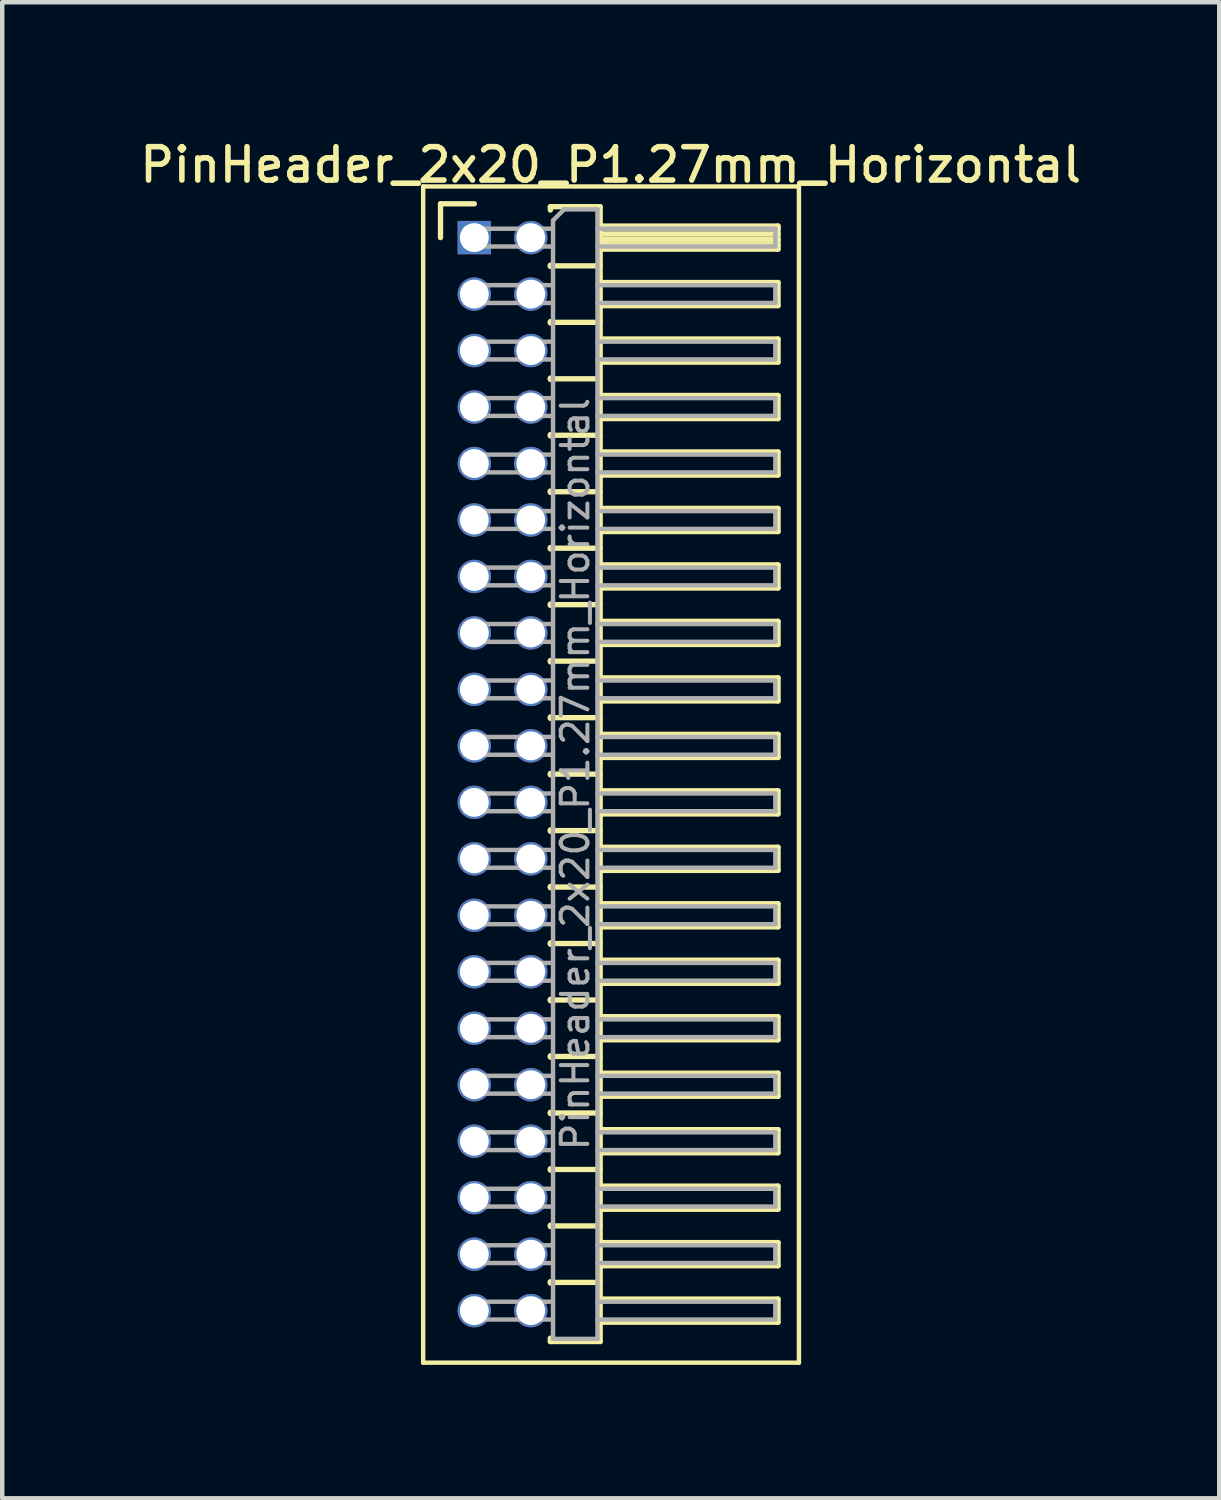
<source format=kicad_pcb>
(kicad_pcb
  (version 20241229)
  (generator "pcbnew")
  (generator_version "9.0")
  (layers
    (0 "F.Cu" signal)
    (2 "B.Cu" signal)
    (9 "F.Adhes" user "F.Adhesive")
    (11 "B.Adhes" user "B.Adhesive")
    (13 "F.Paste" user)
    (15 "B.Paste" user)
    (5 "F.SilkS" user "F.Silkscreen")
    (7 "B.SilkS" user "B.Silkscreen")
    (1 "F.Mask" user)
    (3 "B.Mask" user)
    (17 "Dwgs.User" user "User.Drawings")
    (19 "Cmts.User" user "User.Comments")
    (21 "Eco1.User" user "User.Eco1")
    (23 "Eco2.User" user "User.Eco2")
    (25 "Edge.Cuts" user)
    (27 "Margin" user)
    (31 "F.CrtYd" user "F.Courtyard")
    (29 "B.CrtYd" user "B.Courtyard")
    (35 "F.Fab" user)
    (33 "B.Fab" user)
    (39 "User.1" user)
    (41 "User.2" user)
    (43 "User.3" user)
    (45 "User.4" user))
  (footprint "PinHeader_2x20_P1.27mm_Horizontal"
    (layer "F.Cu")
    (at 7.616 2.293)
    (property "Reference" "PinHeader_2x20_P1.27mm_Horizontal" (at 3.067 -1.635 0) (layer "F.SilkS") (effects (font (size 0.75 0.75) (thickness 0.125))))
    (attr through_hole)
    (fp_line (start -1.15 -1.15) (end -1.15 25.3) (stroke (width 0.1) (type solid)) (layer "F.SilkS"))
    (fp_line (start -1.15 25.3) (end 7.3 25.3) (stroke (width 0.1) (type solid)) (layer "F.SilkS"))
    (fp_line (start -0.76 -0.76) (end 0 -0.76) (stroke (width 0.12) (type solid)) (layer "F.SilkS"))
    (fp_line (start -0.76 0) (end -0.76 -0.76) (stroke (width 0.12) (type solid)) (layer "F.SilkS"))
    (fp_line (start 1.71 -0.695) (end 2.83 -0.695) (stroke (width 0.12) (type solid)) (layer "F.SilkS"))
    (fp_line (start 1.71 -0.62) (end 1.71 -0.695) (stroke (width 0.12) (type solid)) (layer "F.SilkS"))
    (fp_line (start 1.71 0.62) (end 1.71 0.65) (stroke (width 0.12) (type solid)) (layer "F.SilkS"))
    (fp_line (start 1.71 0.635) (end 2.83 0.635) (stroke (width 0.12) (type solid)) (layer "F.SilkS"))
    (fp_line (start 1.71 1.89) (end 1.71 1.92) (stroke (width 0.12) (type solid)) (layer "F.SilkS"))
    (fp_line (start 1.71 1.905) (end 2.83 1.905) (stroke (width 0.12) (type solid)) (layer "F.SilkS"))
    (fp_line (start 1.71 3.16) (end 1.71 3.19) (stroke (width 0.12) (type solid)) (layer "F.SilkS"))
    (fp_line (start 1.71 3.175) (end 2.83 3.175) (stroke (width 0.12) (type solid)) (layer "F.SilkS"))
    (fp_line (start 1.71 4.43) (end 1.71 4.46) (stroke (width 0.12) (type solid)) (layer "F.SilkS"))
    (fp_line (start 1.71 4.445) (end 2.83 4.445) (stroke (width 0.12) (type solid)) (layer "F.SilkS"))
    (fp_line (start 1.71 5.7) (end 1.71 5.73) (stroke (width 0.12) (type solid)) (layer "F.SilkS"))
    (fp_line (start 1.71 5.715) (end 2.83 5.715) (stroke (width 0.12) (type solid)) (layer "F.SilkS"))
    (fp_line (start 1.71 6.97) (end 1.71 7) (stroke (width 0.12) (type solid)) (layer "F.SilkS"))
    (fp_line (start 1.71 6.985) (end 2.83 6.985) (stroke (width 0.12) (type solid)) (layer "F.SilkS"))
    (fp_line (start 1.71 8.24) (end 1.71 8.27) (stroke (width 0.12) (type solid)) (layer "F.SilkS"))
    (fp_line (start 1.71 8.255) (end 2.83 8.255) (stroke (width 0.12) (type solid)) (layer "F.SilkS"))
    (fp_line (start 1.71 9.51) (end 1.71 9.54) (stroke (width 0.12) (type solid)) (layer "F.SilkS"))
    (fp_line (start 1.71 9.525) (end 2.83 9.525) (stroke (width 0.12) (type solid)) (layer "F.SilkS"))
    (fp_line (start 1.71 10.78) (end 1.71 10.81) (stroke (width 0.12) (type solid)) (layer "F.SilkS"))
    (fp_line (start 1.71 10.795) (end 2.83 10.795) (stroke (width 0.12) (type solid)) (layer "F.SilkS"))
    (fp_line (start 1.71 12.05) (end 1.71 12.08) (stroke (width 0.12) (type solid)) (layer "F.SilkS"))
    (fp_line (start 1.71 12.065) (end 2.83 12.065) (stroke (width 0.12) (type solid)) (layer "F.SilkS"))
    (fp_line (start 1.71 13.32) (end 1.71 13.35) (stroke (width 0.12) (type solid)) (layer "F.SilkS"))
    (fp_line (start 1.71 13.335) (end 2.83 13.335) (stroke (width 0.12) (type solid)) (layer "F.SilkS"))
    (fp_line (start 1.71 14.59) (end 1.71 14.62) (stroke (width 0.12) (type solid)) (layer "F.SilkS"))
    (fp_line (start 1.71 14.605) (end 2.83 14.605) (stroke (width 0.12) (type solid)) (layer "F.SilkS"))
    (fp_line (start 1.71 15.86) (end 1.71 15.89) (stroke (width 0.12) (type solid)) (layer "F.SilkS"))
    (fp_line (start 1.71 15.875) (end 2.83 15.875) (stroke (width 0.12) (type solid)) (layer "F.SilkS"))
    (fp_line (start 1.71 17.13) (end 1.71 17.16) (stroke (width 0.12) (type solid)) (layer "F.SilkS"))
    (fp_line (start 1.71 17.145) (end 2.83 17.145) (stroke (width 0.12) (type solid)) (layer "F.SilkS"))
    (fp_line (start 1.71 18.4) (end 1.71 18.43) (stroke (width 0.12) (type solid)) (layer "F.SilkS"))
    (fp_line (start 1.71 18.415) (end 2.83 18.415) (stroke (width 0.12) (type solid)) (layer "F.SilkS"))
    (fp_line (start 1.71 19.67) (end 1.71 19.7) (stroke (width 0.12) (type solid)) (layer "F.SilkS"))
    (fp_line (start 1.71 19.685) (end 2.83 19.685) (stroke (width 0.12) (type solid)) (layer "F.SilkS"))
    (fp_line (start 1.71 20.94) (end 1.71 20.97) (stroke (width 0.12) (type solid)) (layer "F.SilkS"))
    (fp_line (start 1.71 20.955) (end 2.83 20.955) (stroke (width 0.12) (type solid)) (layer "F.SilkS"))
    (fp_line (start 1.71 22.21) (end 1.71 22.24) (stroke (width 0.12) (type solid)) (layer "F.SilkS"))
    (fp_line (start 1.71 22.225) (end 2.83 22.225) (stroke (width 0.12) (type solid)) (layer "F.SilkS"))
    (fp_line (start 1.71 23.48) (end 1.71 23.51) (stroke (width 0.12) (type solid)) (layer "F.SilkS"))
    (fp_line (start 1.71 23.495) (end 2.83 23.495) (stroke (width 0.12) (type solid)) (layer "F.SilkS"))
    (fp_line (start 1.71 24.825) (end 1.71 24.75) (stroke (width 0.12) (type solid)) (layer "F.SilkS"))
    (fp_line (start 2.83 -0.695) (end 2.83 24.825) (stroke (width 0.12) (type solid)) (layer "F.SilkS"))
    (fp_line (start 2.83 -0.26) (end 6.83 -0.26) (stroke (width 0.12) (type solid)) (layer "F.SilkS"))
    (fp_line (start 2.83 -0.2) (end 6.83 -0.2) (stroke (width 0.12) (type solid)) (layer "F.SilkS"))
    (fp_line (start 2.83 -0.08) (end 6.83 -0.08) (stroke (width 0.12) (type solid)) (layer "F.SilkS"))
    (fp_line (start 2.83 0.04) (end 6.83 0.04) (stroke (width 0.12) (type solid)) (layer "F.SilkS"))
    (fp_line (start 2.83 0.16) (end 6.83 0.16) (stroke (width 0.12) (type solid)) (layer "F.SilkS"))
    (fp_line (start 2.83 1.01) (end 6.83 1.01) (stroke (width 0.12) (type solid)) (layer "F.SilkS"))
    (fp_line (start 2.83 2.28) (end 6.83 2.28) (stroke (width 0.12) (type solid)) (layer "F.SilkS"))
    (fp_line (start 2.83 3.55) (end 6.83 3.55) (stroke (width 0.12) (type solid)) (layer "F.SilkS"))
    (fp_line (start 2.83 4.82) (end 6.83 4.82) (stroke (width 0.12) (type solid)) (layer "F.SilkS"))
    (fp_line (start 2.83 6.09) (end 6.83 6.09) (stroke (width 0.12) (type solid)) (layer "F.SilkS"))
    (fp_line (start 2.83 7.36) (end 6.83 7.36) (stroke (width 0.12) (type solid)) (layer "F.SilkS"))
    (fp_line (start 2.83 8.63) (end 6.83 8.63) (stroke (width 0.12) (type solid)) (layer "F.SilkS"))
    (fp_line (start 2.83 9.9) (end 6.83 9.9) (stroke (width 0.12) (type solid)) (layer "F.SilkS"))
    (fp_line (start 2.83 11.17) (end 6.83 11.17) (stroke (width 0.12) (type solid)) (layer "F.SilkS"))
    (fp_line (start 2.83 12.44) (end 6.83 12.44) (stroke (width 0.12) (type solid)) (layer "F.SilkS"))
    (fp_line (start 2.83 13.71) (end 6.83 13.71) (stroke (width 0.12) (type solid)) (layer "F.SilkS"))
    (fp_line (start 2.83 14.98) (end 6.83 14.98) (stroke (width 0.12) (type solid)) (layer "F.SilkS"))
    (fp_line (start 2.83 16.25) (end 6.83 16.25) (stroke (width 0.12) (type solid)) (layer "F.SilkS"))
    (fp_line (start 2.83 17.52) (end 6.83 17.52) (stroke (width 0.12) (type solid)) (layer "F.SilkS"))
    (fp_line (start 2.83 18.79) (end 6.83 18.79) (stroke (width 0.12) (type solid)) (layer "F.SilkS"))
    (fp_line (start 2.83 20.06) (end 6.83 20.06) (stroke (width 0.12) (type solid)) (layer "F.SilkS"))
    (fp_line (start 2.83 21.33) (end 6.83 21.33) (stroke (width 0.12) (type solid)) (layer "F.SilkS"))
    (fp_line (start 2.83 22.6) (end 6.83 22.6) (stroke (width 0.12) (type solid)) (layer "F.SilkS"))
    (fp_line (start 2.83 23.87) (end 6.83 23.87) (stroke (width 0.12) (type solid)) (layer "F.SilkS"))
    (fp_line (start 2.83 24.825) (end 1.71 24.825) (stroke (width 0.12) (type solid)) (layer "F.SilkS"))
    (fp_line (start 6.83 -0.26) (end 6.83 0.26) (stroke (width 0.12) (type solid)) (layer "F.SilkS"))
    (fp_line (start 6.83 0.26) (end 2.83 0.26) (stroke (width 0.12) (type solid)) (layer "F.SilkS"))
    (fp_line (start 6.83 1.01) (end 6.83 1.53) (stroke (width 0.12) (type solid)) (layer "F.SilkS"))
    (fp_line (start 6.83 1.53) (end 2.83 1.53) (stroke (width 0.12) (type solid)) (layer "F.SilkS"))
    (fp_line (start 6.83 2.28) (end 6.83 2.8) (stroke (width 0.12) (type solid)) (layer "F.SilkS"))
    (fp_line (start 6.83 2.8) (end 2.83 2.8) (stroke (width 0.12) (type solid)) (layer "F.SilkS"))
    (fp_line (start 6.83 3.55) (end 6.83 4.07) (stroke (width 0.12) (type solid)) (layer "F.SilkS"))
    (fp_line (start 6.83 4.07) (end 2.83 4.07) (stroke (width 0.12) (type solid)) (layer "F.SilkS"))
    (fp_line (start 6.83 4.82) (end 6.83 5.34) (stroke (width 0.12) (type solid)) (layer "F.SilkS"))
    (fp_line (start 6.83 5.34) (end 2.83 5.34) (stroke (width 0.12) (type solid)) (layer "F.SilkS"))
    (fp_line (start 6.83 6.09) (end 6.83 6.61) (stroke (width 0.12) (type solid)) (layer "F.SilkS"))
    (fp_line (start 6.83 6.61) (end 2.83 6.61) (stroke (width 0.12) (type solid)) (layer "F.SilkS"))
    (fp_line (start 6.83 7.36) (end 6.83 7.88) (stroke (width 0.12) (type solid)) (layer "F.SilkS"))
    (fp_line (start 6.83 7.88) (end 2.83 7.88) (stroke (width 0.12) (type solid)) (layer "F.SilkS"))
    (fp_line (start 6.83 8.63) (end 6.83 9.15) (stroke (width 0.12) (type solid)) (layer "F.SilkS"))
    (fp_line (start 6.83 9.15) (end 2.83 9.15) (stroke (width 0.12) (type solid)) (layer "F.SilkS"))
    (fp_line (start 6.83 9.9) (end 6.83 10.42) (stroke (width 0.12) (type solid)) (layer "F.SilkS"))
    (fp_line (start 6.83 10.42) (end 2.83 10.42) (stroke (width 0.12) (type solid)) (layer "F.SilkS"))
    (fp_line (start 6.83 11.17) (end 6.83 11.69) (stroke (width 0.12) (type solid)) (layer "F.SilkS"))
    (fp_line (start 6.83 11.69) (end 2.83 11.69) (stroke (width 0.12) (type solid)) (layer "F.SilkS"))
    (fp_line (start 6.83 12.44) (end 6.83 12.96) (stroke (width 0.12) (type solid)) (layer "F.SilkS"))
    (fp_line (start 6.83 12.96) (end 2.83 12.96) (stroke (width 0.12) (type solid)) (layer "F.SilkS"))
    (fp_line (start 6.83 13.71) (end 6.83 14.23) (stroke (width 0.12) (type solid)) (layer "F.SilkS"))
    (fp_line (start 6.83 14.23) (end 2.83 14.23) (stroke (width 0.12) (type solid)) (layer "F.SilkS"))
    (fp_line (start 6.83 14.98) (end 6.83 15.5) (stroke (width 0.12) (type solid)) (layer "F.SilkS"))
    (fp_line (start 6.83 15.5) (end 2.83 15.5) (stroke (width 0.12) (type solid)) (layer "F.SilkS"))
    (fp_line (start 6.83 16.25) (end 6.83 16.77) (stroke (width 0.12) (type solid)) (layer "F.SilkS"))
    (fp_line (start 6.83 16.77) (end 2.83 16.77) (stroke (width 0.12) (type solid)) (layer "F.SilkS"))
    (fp_line (start 6.83 17.52) (end 6.83 18.04) (stroke (width 0.12) (type solid)) (layer "F.SilkS"))
    (fp_line (start 6.83 18.04) (end 2.83 18.04) (stroke (width 0.12) (type solid)) (layer "F.SilkS"))
    (fp_line (start 6.83 18.79) (end 6.83 19.31) (stroke (width 0.12) (type solid)) (layer "F.SilkS"))
    (fp_line (start 6.83 19.31) (end 2.83 19.31) (stroke (width 0.12) (type solid)) (layer "F.SilkS"))
    (fp_line (start 6.83 20.06) (end 6.83 20.58) (stroke (width 0.12) (type solid)) (layer "F.SilkS"))
    (fp_line (start 6.83 20.58) (end 2.83 20.58) (stroke (width 0.12) (type solid)) (layer "F.SilkS"))
    (fp_line (start 6.83 21.33) (end 6.83 21.85) (stroke (width 0.12) (type solid)) (layer "F.SilkS"))
    (fp_line (start 6.83 21.85) (end 2.83 21.85) (stroke (width 0.12) (type solid)) (layer "F.SilkS"))
    (fp_line (start 6.83 22.6) (end 6.83 23.12) (stroke (width 0.12) (type solid)) (layer "F.SilkS"))
    (fp_line (start 6.83 23.12) (end 2.83 23.12) (stroke (width 0.12) (type solid)) (layer "F.SilkS"))
    (fp_line (start 6.83 23.87) (end 6.83 24.39) (stroke (width 0.12) (type solid)) (layer "F.SilkS"))
    (fp_line (start 6.83 24.39) (end 2.83 24.39) (stroke (width 0.12) (type solid)) (layer "F.SilkS"))
    (fp_line (start 7.3 -1.15) (end -1.15 -1.15) (stroke (width 0.1) (type solid)) (layer "F.SilkS"))
    (fp_line (start 7.3 25.3) (end 7.3 -1.15) (stroke (width 0.1) (type solid)) (layer "F.SilkS"))
    (fp_line (start -0.2 -0.2) (end -0.2 0.2) (stroke (width 0.1) (type solid)) (layer "F.Fab"))
    (fp_line (start -0.2 -0.2) (end 1.77 -0.2) (stroke (width 0.1) (type solid)) (layer "F.Fab"))
    (fp_line (start -0.2 0.2) (end 1.77 0.2) (stroke (width 0.1) (type solid)) (layer "F.Fab"))
    (fp_line (start -0.2 1.07) (end -0.2 1.47) (stroke (width 0.1) (type solid)) (layer "F.Fab"))
    (fp_line (start -0.2 1.07) (end 1.77 1.07) (stroke (width 0.1) (type solid)) (layer "F.Fab"))
    (fp_line (start -0.2 1.47) (end 1.77 1.47) (stroke (width 0.1) (type solid)) (layer "F.Fab"))
    (fp_line (start -0.2 2.34) (end -0.2 2.74) (stroke (width 0.1) (type solid)) (layer "F.Fab"))
    (fp_line (start -0.2 2.34) (end 1.77 2.34) (stroke (width 0.1) (type solid)) (layer "F.Fab"))
    (fp_line (start -0.2 2.74) (end 1.77 2.74) (stroke (width 0.1) (type solid)) (layer "F.Fab"))
    (fp_line (start -0.2 3.61) (end -0.2 4.01) (stroke (width 0.1) (type solid)) (layer "F.Fab"))
    (fp_line (start -0.2 3.61) (end 1.77 3.61) (stroke (width 0.1) (type solid)) (layer "F.Fab"))
    (fp_line (start -0.2 4.01) (end 1.77 4.01) (stroke (width 0.1) (type solid)) (layer "F.Fab"))
    (fp_line (start -0.2 4.88) (end -0.2 5.28) (stroke (width 0.1) (type solid)) (layer "F.Fab"))
    (fp_line (start -0.2 4.88) (end 1.77 4.88) (stroke (width 0.1) (type solid)) (layer "F.Fab"))
    (fp_line (start -0.2 5.28) (end 1.77 5.28) (stroke (width 0.1) (type solid)) (layer "F.Fab"))
    (fp_line (start -0.2 6.15) (end -0.2 6.55) (stroke (width 0.1) (type solid)) (layer "F.Fab"))
    (fp_line (start -0.2 6.15) (end 1.77 6.15) (stroke (width 0.1) (type solid)) (layer "F.Fab"))
    (fp_line (start -0.2 6.55) (end 1.77 6.55) (stroke (width 0.1) (type solid)) (layer "F.Fab"))
    (fp_line (start -0.2 7.42) (end -0.2 7.82) (stroke (width 0.1) (type solid)) (layer "F.Fab"))
    (fp_line (start -0.2 7.42) (end 1.77 7.42) (stroke (width 0.1) (type solid)) (layer "F.Fab"))
    (fp_line (start -0.2 7.82) (end 1.77 7.82) (stroke (width 0.1) (type solid)) (layer "F.Fab"))
    (fp_line (start -0.2 8.69) (end -0.2 9.09) (stroke (width 0.1) (type solid)) (layer "F.Fab"))
    (fp_line (start -0.2 8.69) (end 1.77 8.69) (stroke (width 0.1) (type solid)) (layer "F.Fab"))
    (fp_line (start -0.2 9.09) (end 1.77 9.09) (stroke (width 0.1) (type solid)) (layer "F.Fab"))
    (fp_line (start -0.2 9.96) (end -0.2 10.36) (stroke (width 0.1) (type solid)) (layer "F.Fab"))
    (fp_line (start -0.2 9.96) (end 1.77 9.96) (stroke (width 0.1) (type solid)) (layer "F.Fab"))
    (fp_line (start -0.2 10.36) (end 1.77 10.36) (stroke (width 0.1) (type solid)) (layer "F.Fab"))
    (fp_line (start -0.2 11.23) (end -0.2 11.63) (stroke (width 0.1) (type solid)) (layer "F.Fab"))
    (fp_line (start -0.2 11.23) (end 1.77 11.23) (stroke (width 0.1) (type solid)) (layer "F.Fab"))
    (fp_line (start -0.2 11.63) (end 1.77 11.63) (stroke (width 0.1) (type solid)) (layer "F.Fab"))
    (fp_line (start -0.2 12.5) (end -0.2 12.9) (stroke (width 0.1) (type solid)) (layer "F.Fab"))
    (fp_line (start -0.2 12.5) (end 1.77 12.5) (stroke (width 0.1) (type solid)) (layer "F.Fab"))
    (fp_line (start -0.2 12.9) (end 1.77 12.9) (stroke (width 0.1) (type solid)) (layer "F.Fab"))
    (fp_line (start -0.2 13.77) (end -0.2 14.17) (stroke (width 0.1) (type solid)) (layer "F.Fab"))
    (fp_line (start -0.2 13.77) (end 1.77 13.77) (stroke (width 0.1) (type solid)) (layer "F.Fab"))
    (fp_line (start -0.2 14.17) (end 1.77 14.17) (stroke (width 0.1) (type solid)) (layer "F.Fab"))
    (fp_line (start -0.2 15.04) (end -0.2 15.44) (stroke (width 0.1) (type solid)) (layer "F.Fab"))
    (fp_line (start -0.2 15.04) (end 1.77 15.04) (stroke (width 0.1) (type solid)) (layer "F.Fab"))
    (fp_line (start -0.2 15.44) (end 1.77 15.44) (stroke (width 0.1) (type solid)) (layer "F.Fab"))
    (fp_line (start -0.2 16.31) (end -0.2 16.71) (stroke (width 0.1) (type solid)) (layer "F.Fab"))
    (fp_line (start -0.2 16.31) (end 1.77 16.31) (stroke (width 0.1) (type solid)) (layer "F.Fab"))
    (fp_line (start -0.2 16.71) (end 1.77 16.71) (stroke (width 0.1) (type solid)) (layer "F.Fab"))
    (fp_line (start -0.2 17.58) (end -0.2 17.98) (stroke (width 0.1) (type solid)) (layer "F.Fab"))
    (fp_line (start -0.2 17.58) (end 1.77 17.58) (stroke (width 0.1) (type solid)) (layer "F.Fab"))
    (fp_line (start -0.2 17.98) (end 1.77 17.98) (stroke (width 0.1) (type solid)) (layer "F.Fab"))
    (fp_line (start -0.2 18.85) (end -0.2 19.25) (stroke (width 0.1) (type solid)) (layer "F.Fab"))
    (fp_line (start -0.2 18.85) (end 1.77 18.85) (stroke (width 0.1) (type solid)) (layer "F.Fab"))
    (fp_line (start -0.2 19.25) (end 1.77 19.25) (stroke (width 0.1) (type solid)) (layer "F.Fab"))
    (fp_line (start -0.2 20.12) (end -0.2 20.52) (stroke (width 0.1) (type solid)) (layer "F.Fab"))
    (fp_line (start -0.2 20.12) (end 1.77 20.12) (stroke (width 0.1) (type solid)) (layer "F.Fab"))
    (fp_line (start -0.2 20.52) (end 1.77 20.52) (stroke (width 0.1) (type solid)) (layer "F.Fab"))
    (fp_line (start -0.2 21.39) (end -0.2 21.79) (stroke (width 0.1) (type solid)) (layer "F.Fab"))
    (fp_line (start -0.2 21.39) (end 1.77 21.39) (stroke (width 0.1) (type solid)) (layer "F.Fab"))
    (fp_line (start -0.2 21.79) (end 1.77 21.79) (stroke (width 0.1) (type solid)) (layer "F.Fab"))
    (fp_line (start -0.2 22.66) (end -0.2 23.06) (stroke (width 0.1) (type solid)) (layer "F.Fab"))
    (fp_line (start -0.2 22.66) (end 1.77 22.66) (stroke (width 0.1) (type solid)) (layer "F.Fab"))
    (fp_line (start -0.2 23.06) (end 1.77 23.06) (stroke (width 0.1) (type solid)) (layer "F.Fab"))
    (fp_line (start -0.2 23.93) (end -0.2 24.33) (stroke (width 0.1) (type solid)) (layer "F.Fab"))
    (fp_line (start -0.2 23.93) (end 1.77 23.93) (stroke (width 0.1) (type solid)) (layer "F.Fab"))
    (fp_line (start -0.2 24.33) (end 1.77 24.33) (stroke (width 0.1) (type solid)) (layer "F.Fab"))
    (fp_line (start 1.77 -0.385) (end 2.02 -0.635) (stroke (width 0.1) (type solid)) (layer "F.Fab"))
    (fp_line (start 1.77 24.765) (end 1.77 -0.385) (stroke (width 0.1) (type solid)) (layer "F.Fab"))
    (fp_line (start 2.02 -0.635) (end 2.77 -0.635) (stroke (width 0.1) (type solid)) (layer "F.Fab"))
    (fp_line (start 2.77 -0.635) (end 2.77 24.765) (stroke (width 0.1) (type solid)) (layer "F.Fab"))
    (fp_line (start 2.77 -0.2) (end 6.77 -0.2) (stroke (width 0.1) (type solid)) (layer "F.Fab"))
    (fp_line (start 2.77 0.2) (end 6.77 0.2) (stroke (width 0.1) (type solid)) (layer "F.Fab"))
    (fp_line (start 2.77 1.07) (end 6.77 1.07) (stroke (width 0.1) (type solid)) (layer "F.Fab"))
    (fp_line (start 2.77 1.47) (end 6.77 1.47) (stroke (width 0.1) (type solid)) (layer "F.Fab"))
    (fp_line (start 2.77 2.34) (end 6.77 2.34) (stroke (width 0.1) (type solid)) (layer "F.Fab"))
    (fp_line (start 2.77 2.74) (end 6.77 2.74) (stroke (width 0.1) (type solid)) (layer "F.Fab"))
    (fp_line (start 2.77 3.61) (end 6.77 3.61) (stroke (width 0.1) (type solid)) (layer "F.Fab"))
    (fp_line (start 2.77 4.01) (end 6.77 4.01) (stroke (width 0.1) (type solid)) (layer "F.Fab"))
    (fp_line (start 2.77 4.88) (end 6.77 4.88) (stroke (width 0.1) (type solid)) (layer "F.Fab"))
    (fp_line (start 2.77 5.28) (end 6.77 5.28) (stroke (width 0.1) (type solid)) (layer "F.Fab"))
    (fp_line (start 2.77 6.15) (end 6.77 6.15) (stroke (width 0.1) (type solid)) (layer "F.Fab"))
    (fp_line (start 2.77 6.55) (end 6.77 6.55) (stroke (width 0.1) (type solid)) (layer "F.Fab"))
    (fp_line (start 2.77 7.42) (end 6.77 7.42) (stroke (width 0.1) (type solid)) (layer "F.Fab"))
    (fp_line (start 2.77 7.82) (end 6.77 7.82) (stroke (width 0.1) (type solid)) (layer "F.Fab"))
    (fp_line (start 2.77 8.69) (end 6.77 8.69) (stroke (width 0.1) (type solid)) (layer "F.Fab"))
    (fp_line (start 2.77 9.09) (end 6.77 9.09) (stroke (width 0.1) (type solid)) (layer "F.Fab"))
    (fp_line (start 2.77 9.96) (end 6.77 9.96) (stroke (width 0.1) (type solid)) (layer "F.Fab"))
    (fp_line (start 2.77 10.36) (end 6.77 10.36) (stroke (width 0.1) (type solid)) (layer "F.Fab"))
    (fp_line (start 2.77 11.23) (end 6.77 11.23) (stroke (width 0.1) (type solid)) (layer "F.Fab"))
    (fp_line (start 2.77 11.63) (end 6.77 11.63) (stroke (width 0.1) (type solid)) (layer "F.Fab"))
    (fp_line (start 2.77 12.5) (end 6.77 12.5) (stroke (width 0.1) (type solid)) (layer "F.Fab"))
    (fp_line (start 2.77 12.9) (end 6.77 12.9) (stroke (width 0.1) (type solid)) (layer "F.Fab"))
    (fp_line (start 2.77 13.77) (end 6.77 13.77) (stroke (width 0.1) (type solid)) (layer "F.Fab"))
    (fp_line (start 2.77 14.17) (end 6.77 14.17) (stroke (width 0.1) (type solid)) (layer "F.Fab"))
    (fp_line (start 2.77 15.04) (end 6.77 15.04) (stroke (width 0.1) (type solid)) (layer "F.Fab"))
    (fp_line (start 2.77 15.44) (end 6.77 15.44) (stroke (width 0.1) (type solid)) (layer "F.Fab"))
    (fp_line (start 2.77 16.31) (end 6.77 16.31) (stroke (width 0.1) (type solid)) (layer "F.Fab"))
    (fp_line (start 2.77 16.71) (end 6.77 16.71) (stroke (width 0.1) (type solid)) (layer "F.Fab"))
    (fp_line (start 2.77 17.58) (end 6.77 17.58) (stroke (width 0.1) (type solid)) (layer "F.Fab"))
    (fp_line (start 2.77 17.98) (end 6.77 17.98) (stroke (width 0.1) (type solid)) (layer "F.Fab"))
    (fp_line (start 2.77 18.85) (end 6.77 18.85) (stroke (width 0.1) (type solid)) (layer "F.Fab"))
    (fp_line (start 2.77 19.25) (end 6.77 19.25) (stroke (width 0.1) (type solid)) (layer "F.Fab"))
    (fp_line (start 2.77 20.12) (end 6.77 20.12) (stroke (width 0.1) (type solid)) (layer "F.Fab"))
    (fp_line (start 2.77 20.52) (end 6.77 20.52) (stroke (width 0.1) (type solid)) (layer "F.Fab"))
    (fp_line (start 2.77 21.39) (end 6.77 21.39) (stroke (width 0.1) (type solid)) (layer "F.Fab"))
    (fp_line (start 2.77 21.79) (end 6.77 21.79) (stroke (width 0.1) (type solid)) (layer "F.Fab"))
    (fp_line (start 2.77 22.66) (end 6.77 22.66) (stroke (width 0.1) (type solid)) (layer "F.Fab"))
    (fp_line (start 2.77 23.06) (end 6.77 23.06) (stroke (width 0.1) (type solid)) (layer "F.Fab"))
    (fp_line (start 2.77 23.93) (end 6.77 23.93) (stroke (width 0.1) (type solid)) (layer "F.Fab"))
    (fp_line (start 2.77 24.33) (end 6.77 24.33) (stroke (width 0.1) (type solid)) (layer "F.Fab"))
    (fp_line (start 2.77 24.765) (end 1.77 24.765) (stroke (width 0.1) (type solid)) (layer "F.Fab"))
    (fp_line (start 6.77 -0.2) (end 6.77 0.2) (stroke (width 0.1) (type solid)) (layer "F.Fab"))
    (fp_line (start 6.77 1.07) (end 6.77 1.47) (stroke (width 0.1) (type solid)) (layer "F.Fab"))
    (fp_line (start 6.77 2.34) (end 6.77 2.74) (stroke (width 0.1) (type solid)) (layer "F.Fab"))
    (fp_line (start 6.77 3.61) (end 6.77 4.01) (stroke (width 0.1) (type solid)) (layer "F.Fab"))
    (fp_line (start 6.77 4.88) (end 6.77 5.28) (stroke (width 0.1) (type solid)) (layer "F.Fab"))
    (fp_line (start 6.77 6.15) (end 6.77 6.55) (stroke (width 0.1) (type solid)) (layer "F.Fab"))
    (fp_line (start 6.77 7.42) (end 6.77 7.82) (stroke (width 0.1) (type solid)) (layer "F.Fab"))
    (fp_line (start 6.77 8.69) (end 6.77 9.09) (stroke (width 0.1) (type solid)) (layer "F.Fab"))
    (fp_line (start 6.77 9.96) (end 6.77 10.36) (stroke (width 0.1) (type solid)) (layer "F.Fab"))
    (fp_line (start 6.77 11.23) (end 6.77 11.63) (stroke (width 0.1) (type solid)) (layer "F.Fab"))
    (fp_line (start 6.77 12.5) (end 6.77 12.9) (stroke (width 0.1) (type solid)) (layer "F.Fab"))
    (fp_line (start 6.77 13.77) (end 6.77 14.17) (stroke (width 0.1) (type solid)) (layer "F.Fab"))
    (fp_line (start 6.77 15.04) (end 6.77 15.44) (stroke (width 0.1) (type solid)) (layer "F.Fab"))
    (fp_line (start 6.77 16.31) (end 6.77 16.71) (stroke (width 0.1) (type solid)) (layer "F.Fab"))
    (fp_line (start 6.77 17.58) (end 6.77 17.98) (stroke (width 0.1) (type solid)) (layer "F.Fab"))
    (fp_line (start 6.77 18.85) (end 6.77 19.25) (stroke (width 0.1) (type solid)) (layer "F.Fab"))
    (fp_line (start 6.77 20.12) (end 6.77 20.52) (stroke (width 0.1) (type solid)) (layer "F.Fab"))
    (fp_line (start 6.77 21.39) (end 6.77 21.79) (stroke (width 0.1) (type solid)) (layer "F.Fab"))
    (fp_line (start 6.77 22.66) (end 6.77 23.06) (stroke (width 0.1) (type solid)) (layer "F.Fab"))
    (fp_line (start 6.77 23.93) (end 6.77 24.33) (stroke (width 0.1) (type solid)) (layer "F.Fab"))
    (fp_text user "${REFERENCE}" (at 2.27 12.065 90) (layer "F.Fab") (effects (font (size 0.6 0.6) (thickness 0.09))))
    (pad "1" thru_hole rect (at 0 0) (size 0.75 0.75) (drill 0.65) (layers "*.Cu" "*.Mask"))
    (pad "2" thru_hole oval (at 1.27 0) (size 0.75 0.75) (drill 0.65) (layers "*.Cu" "*.Mask"))
    (pad "3" thru_hole oval (at 0 1.27) (size 0.75 0.75) (drill 0.65) (layers "*.Cu" "*.Mask"))
    (pad "4" thru_hole oval (at 1.27 1.27) (size 0.75 0.75) (drill 0.65) (layers "*.Cu" "*.Mask"))
    (pad "5" thru_hole oval (at 0 2.54) (size 0.75 0.75) (drill 0.65) (layers "*.Cu" "*.Mask"))
    (pad "6" thru_hole oval (at 1.27 2.54) (size 0.75 0.75) (drill 0.65) (layers "*.Cu" "*.Mask"))
    (pad "7" thru_hole oval (at 0 3.81) (size 0.75 0.75) (drill 0.65) (layers "*.Cu" "*.Mask"))
    (pad "8" thru_hole oval (at 1.27 3.81) (size 0.75 0.75) (drill 0.65) (layers "*.Cu" "*.Mask"))
    (pad "9" thru_hole oval (at 0 5.08) (size 0.75 0.75) (drill 0.65) (layers "*.Cu" "*.Mask"))
    (pad "10" thru_hole oval (at 1.27 5.08) (size 0.75 0.75) (drill 0.65) (layers "*.Cu" "*.Mask"))
    (pad "11" thru_hole oval (at 0 6.35) (size 0.75 0.75) (drill 0.65) (layers "*.Cu" "*.Mask"))
    (pad "12" thru_hole oval (at 1.27 6.35) (size 0.75 0.75) (drill 0.65) (layers "*.Cu" "*.Mask"))
    (pad "13" thru_hole oval (at 0 7.62) (size 0.75 0.75) (drill 0.65) (layers "*.Cu" "*.Mask"))
    (pad "14" thru_hole oval (at 1.27 7.62) (size 0.75 0.75) (drill 0.65) (layers "*.Cu" "*.Mask"))
    (pad "15" thru_hole oval (at 0 8.89) (size 0.75 0.75) (drill 0.65) (layers "*.Cu" "*.Mask"))
    (pad "16" thru_hole oval (at 1.27 8.89) (size 0.75 0.75) (drill 0.65) (layers "*.Cu" "*.Mask"))
    (pad "17" thru_hole oval (at 0 10.16) (size 0.75 0.75) (drill 0.65) (layers "*.Cu" "*.Mask"))
    (pad "18" thru_hole oval (at 1.27 10.16) (size 0.75 0.75) (drill 0.65) (layers "*.Cu" "*.Mask"))
    (pad "19" thru_hole oval (at 0 11.43) (size 0.75 0.75) (drill 0.65) (layers "*.Cu" "*.Mask"))
    (pad "20" thru_hole oval (at 1.27 11.43) (size 0.75 0.75) (drill 0.65) (layers "*.Cu" "*.Mask"))
    (pad "21" thru_hole oval (at 0 12.7) (size 0.75 0.75) (drill 0.65) (layers "*.Cu" "*.Mask"))
    (pad "22" thru_hole oval (at 1.27 12.7) (size 0.75 0.75) (drill 0.65) (layers "*.Cu" "*.Mask"))
    (pad "23" thru_hole oval (at 0 13.97) (size 0.75 0.75) (drill 0.65) (layers "*.Cu" "*.Mask"))
    (pad "24" thru_hole oval (at 1.27 13.97) (size 0.75 0.75) (drill 0.65) (layers "*.Cu" "*.Mask"))
    (pad "25" thru_hole oval (at 0 15.24) (size 0.75 0.75) (drill 0.65) (layers "*.Cu" "*.Mask"))
    (pad "26" thru_hole oval (at 1.27 15.24) (size 0.75 0.75) (drill 0.65) (layers "*.Cu" "*.Mask"))
    (pad "27" thru_hole oval (at 0 16.51) (size 0.75 0.75) (drill 0.65) (layers "*.Cu" "*.Mask"))
    (pad "28" thru_hole oval (at 1.27 16.51) (size 0.75 0.75) (drill 0.65) (layers "*.Cu" "*.Mask"))
    (pad "29" thru_hole oval (at 0 17.78) (size 0.75 0.75) (drill 0.65) (layers "*.Cu" "*.Mask"))
    (pad "30" thru_hole oval (at 1.27 17.78) (size 0.75 0.75) (drill 0.65) (layers "*.Cu" "*.Mask"))
    (pad "31" thru_hole oval (at 0 19.05) (size 0.75 0.75) (drill 0.65) (layers "*.Cu" "*.Mask"))
    (pad "32" thru_hole oval (at 1.27 19.05) (size 0.75 0.75) (drill 0.65) (layers "*.Cu" "*.Mask"))
    (pad "33" thru_hole oval (at 0 20.32) (size 0.75 0.75) (drill 0.65) (layers "*.Cu" "*.Mask"))
    (pad "34" thru_hole oval (at 1.27 20.32) (size 0.75 0.75) (drill 0.65) (layers "*.Cu" "*.Mask"))
    (pad "35" thru_hole oval (at 0 21.59) (size 0.75 0.75) (drill 0.65) (layers "*.Cu" "*.Mask"))
    (pad "36" thru_hole oval (at 1.27 21.59) (size 0.75 0.75) (drill 0.65) (layers "*.Cu" "*.Mask"))
    (pad "37" thru_hole oval (at 0 22.86) (size 0.75 0.75) (drill 0.65) (layers "*.Cu" "*.Mask"))
    (pad "38" thru_hole oval (at 1.27 22.86) (size 0.75 0.75) (drill 0.65) (layers "*.Cu" "*.Mask"))
    (pad "39" thru_hole oval (at 0 24.13) (size 0.75 0.75) (drill 0.65) (layers "*.Cu" "*.Mask"))
    (pad "40" thru_hole oval (at 1.27 24.13) (size 0.75 0.75) (drill 0.65) (layers "*.Cu" "*.Mask")))
  (gr_rect
    (start -3 -3)
    (end 24.368 30.643)
    (stroke (width 0.1) (type default))
    (fill no)
    (layer "Edge.Cuts")))
</source>
